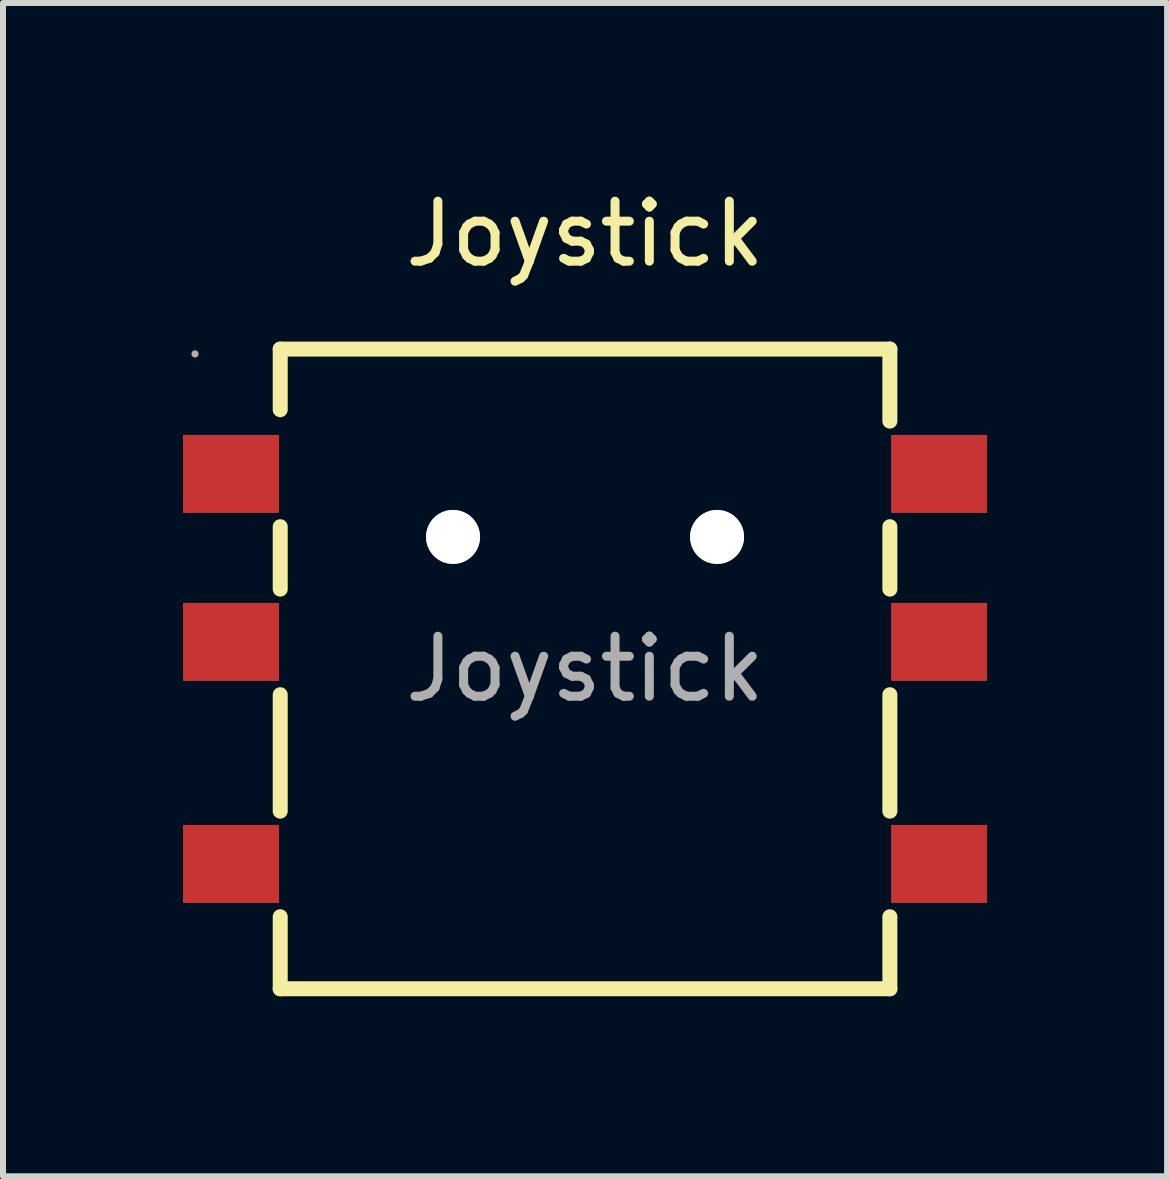
<source format=kicad_pcb>
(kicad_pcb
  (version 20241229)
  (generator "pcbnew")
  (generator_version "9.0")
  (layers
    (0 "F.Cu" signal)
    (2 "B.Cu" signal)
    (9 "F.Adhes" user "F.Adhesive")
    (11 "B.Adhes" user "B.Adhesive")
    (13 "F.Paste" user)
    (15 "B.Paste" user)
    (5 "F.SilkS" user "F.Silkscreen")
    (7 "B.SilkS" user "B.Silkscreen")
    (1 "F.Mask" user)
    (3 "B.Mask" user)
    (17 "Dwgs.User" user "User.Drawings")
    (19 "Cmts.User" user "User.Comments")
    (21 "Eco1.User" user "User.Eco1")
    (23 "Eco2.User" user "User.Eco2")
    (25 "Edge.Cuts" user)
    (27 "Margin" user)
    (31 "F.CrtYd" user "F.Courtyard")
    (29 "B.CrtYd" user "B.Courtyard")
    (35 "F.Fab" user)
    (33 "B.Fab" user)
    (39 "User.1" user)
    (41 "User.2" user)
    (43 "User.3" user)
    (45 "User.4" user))
  (footprint "Joystick"
    (layer "F.Cu")
    (at 6.7 8.098)
    (property "Reference" "Joystick" (at 0 -7.25 0) (layer "F.SilkS") (effects (font (size 1 1) (thickness 0.15))))
    (attr through_hole)
    (fp_line (start -5.08 -5.33) (end 5.08 -5.33) (stroke (width 0.25) (type solid)) (layer "F.SilkS"))
    (fp_line (start -5.08 -4.32) (end -5.08 -5.33) (stroke (width 0.25) (type solid)) (layer "F.SilkS"))
    (fp_line (start -5.08 -1.33) (end -5.08 -2.37) (stroke (width 0.25) (type solid)) (layer "F.SilkS"))
    (fp_line (start -5.08 2.37) (end -5.08 0.43) (stroke (width 0.25) (type solid)) (layer "F.SilkS"))
    (fp_line (start -5.08 5.33) (end -5.08 4.13) (stroke (width 0.25) (type solid)) (layer "F.SilkS"))
    (fp_line (start 5.08 -5.33) (end 5.08 -4.13) (stroke (width 0.25) (type solid)) (layer "F.SilkS"))
    (fp_line (start 5.08 -2.37) (end 5.08 -1.33) (stroke (width 0.25) (type solid)) (layer "F.SilkS"))
    (fp_line (start 5.08 0.43) (end 5.08 2.37) (stroke (width 0.25) (type solid)) (layer "F.SilkS"))
    (fp_line (start 5.08 4.13) (end 5.08 5.33) (stroke (width 0.25) (type solid)) (layer "F.SilkS"))
    (fp_line (start 5.08 5.33) (end -5.08 5.33) (stroke (width 0.25) (type solid)) (layer "F.SilkS"))
    (fp_circle (center -2.2 -2.2) (end -2.02 -2.2) (stroke (width 0.35) (type solid)) (fill no) (layer "Cmts.User"))
    (fp_circle (center 2.2 -2.2) (end 2.38 -2.2) (stroke (width 0.35) (type solid)) (fill no) (layer "Cmts.User"))
    (fp_circle (center -6.5 -5.25) (end -6.47 -5.25) (stroke (width 0.06) (type solid)) (fill no) (layer "F.Fab"))
    (fp_text user "${REFERENCE}" (at 0 0 0) (layer "F.Fab") (effects (font (size 1 1) (thickness 0.15))))
    (pad "" thru_hole circle (at -2.2 -2.2) (size 0.9 0.9) (drill 0.9) (layers "*.Cu" "*.Mask"))
    (pad "" thru_hole circle (at 2.2 -2.2) (size 0.9 0.9) (drill 0.9) (layers "*.Cu" "*.Mask"))
    (pad "1" smd rect (at -5.9 -3.25) (size 1.6 1.3) (layers "F.Cu" "F.Mask" "F.Paste"))
    (pad "2" smd rect (at -5.9 -0.45) (size 1.6 1.3) (layers "F.Cu" "F.Mask" "F.Paste"))
    (pad "3" smd rect (at -5.9 3.25) (size 1.6 1.3) (layers "F.Cu" "F.Mask" "F.Paste"))
    (pad "4" smd rect (at 5.9 -3.25) (size 1.6 1.3) (layers "F.Cu" "F.Mask" "F.Paste"))
    (pad "5" smd rect (at 5.9 -0.45) (size 1.6 1.3) (layers "F.Cu" "F.Mask" "F.Paste"))
    (pad "6" smd rect (at 5.9 3.25) (size 1.6 1.3) (layers "F.Cu" "F.Mask" "F.Paste")))
  (gr_rect
    (start -3 -3)
    (end 16.4 16.553)
    (stroke (width 0.1) (type default))
    (fill no)
    (layer "Edge.Cuts")))
</source>
